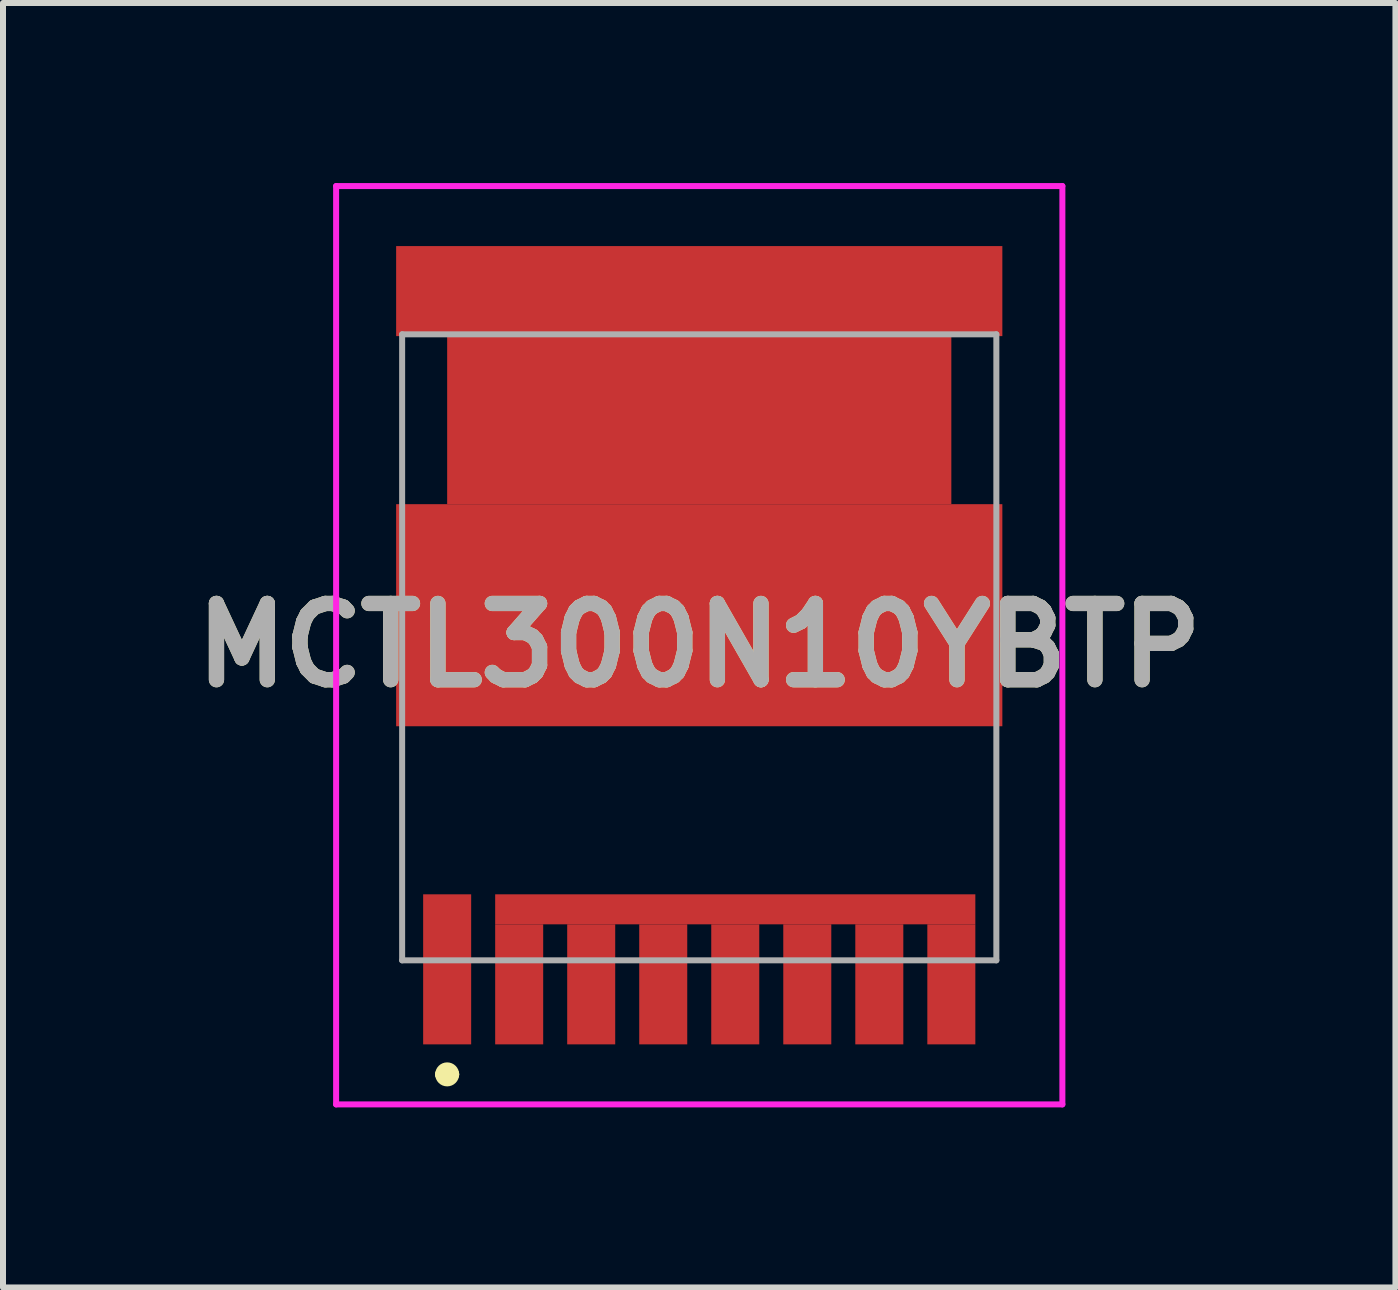
<source format=kicad_pcb>
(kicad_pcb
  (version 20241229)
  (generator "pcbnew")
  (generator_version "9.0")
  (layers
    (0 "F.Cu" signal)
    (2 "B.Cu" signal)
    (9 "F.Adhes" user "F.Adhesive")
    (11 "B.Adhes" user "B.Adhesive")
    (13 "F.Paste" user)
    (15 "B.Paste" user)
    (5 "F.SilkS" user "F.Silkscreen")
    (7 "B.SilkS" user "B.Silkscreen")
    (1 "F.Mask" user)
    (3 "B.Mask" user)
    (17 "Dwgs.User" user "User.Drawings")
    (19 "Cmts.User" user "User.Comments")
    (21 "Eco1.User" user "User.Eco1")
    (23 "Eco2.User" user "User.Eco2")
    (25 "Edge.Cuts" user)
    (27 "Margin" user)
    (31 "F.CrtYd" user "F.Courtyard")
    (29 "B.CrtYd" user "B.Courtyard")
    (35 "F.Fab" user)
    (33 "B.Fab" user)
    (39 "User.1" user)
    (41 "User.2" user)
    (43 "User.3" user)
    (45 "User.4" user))
  (footprint "MCTL300N10YBTP"
    (layer "F.Cu")
    (at 8.6 12.95)
    (property "Reference" "MCTL300N10YBTP" (at 0 -5.25 0) (layer "F.SilkS") (effects (font (size 1.27 1.27) (thickness 0.254))))
    (attr smd)
    (fp_line (start -4.3 1.9) (end -4.3 1.9) (stroke (width 0.2) (type solid)) (layer "F.SilkS"))
    (fp_line (start -4.1 1.9) (end -4.1 1.9) (stroke (width 0.2) (type solid)) (layer "F.SilkS"))
    (fp_arc (start -4.3 1.9) (mid -4.2 1.8) (end -4.1 1.9) (stroke (width 0.2) (type solid)) (layer "F.SilkS"))
    (fp_arc (start -4.1 1.9) (mid -4.2 2) (end -4.3 1.9) (stroke (width 0.2) (type solid)) (layer "F.SilkS"))
    (fp_line (start -6.05 -12.9) (end 6.05 -12.9) (stroke (width 0.1) (type solid)) (layer "F.CrtYd"))
    (fp_line (start -6.05 2.4) (end -6.05 -12.9) (stroke (width 0.1) (type solid)) (layer "F.CrtYd"))
    (fp_line (start 6.05 -12.9) (end 6.05 2.4) (stroke (width 0.1) (type solid)) (layer "F.CrtYd"))
    (fp_line (start 6.05 2.4) (end -6.05 2.4) (stroke (width 0.1) (type solid)) (layer "F.CrtYd"))
    (fp_line (start -4.95 -10.43) (end 4.95 -10.43) (stroke (width 0.1) (type solid)) (layer "F.Fab"))
    (fp_line (start -4.95 0) (end -4.95 -10.43) (stroke (width 0.1) (type solid)) (layer "F.Fab"))
    (fp_line (start 4.95 -10.43) (end 4.95 0) (stroke (width 0.1) (type solid)) (layer "F.Fab"))
    (fp_line (start 4.95 0) (end -4.95 0) (stroke (width 0.1) (type solid)) (layer "F.Fab"))
    (fp_text user "${REFERENCE}" (at 0 -5.25 0) (layer "F.Fab") (effects (font (size 1.27 1.27) (thickness 0.254))))
    (pad "1" smd rect (at -4.2 0.15) (size 0.8 2.5) (layers "F.Cu" "F.Mask" "F.Paste"))
    (pad "2" smd rect (at -3 0.4) (size 0.8 2) (layers "F.Cu" "F.Mask" "F.Paste"))
    (pad "2" smd rect (at -1.8 0.4) (size 0.8 2) (layers "F.Cu" "F.Mask" "F.Paste"))
    (pad "2" smd rect (at -0.6 0.4) (size 0.8 2) (layers "F.Cu" "F.Mask" "F.Paste"))
    (pad "2" smd rect (at 0.6 -0.85 90) (size 0.5 8) (layers "F.Cu" "F.Mask" "F.Paste"))
    (pad "2" smd rect (at 0.6 0.4) (size 0.8 2) (layers "F.Cu" "F.Mask" "F.Paste"))
    (pad "2" smd rect (at 1.8 0.4) (size 0.8 2) (layers "F.Cu" "F.Mask" "F.Paste"))
    (pad "2" smd rect (at 3 0.4) (size 0.8 2) (layers "F.Cu" "F.Mask" "F.Paste"))
    (pad "2" smd rect (at 4.2 0.4) (size 0.8 2) (layers "F.Cu" "F.Mask" "F.Paste"))
    (pad "3" smd rect (at 0 -11.15 90) (size 1.5 10.1) (layers "F.Cu" "F.Mask" "F.Paste"))
    (pad "3" smd rect (at 0 -9 90) (size 2.8 8.4) (layers "F.Cu" "F.Mask" "F.Paste"))
    (pad "3" smd rect (at 0 -5.75 90) (size 3.7 10.1) (layers "F.Cu" "F.Mask" "F.Paste")))
  (gr_rect
    (start -3 -3)
    (end 20.199 18.4)
    (stroke (width 0.1) (type default))
    (fill no)
    (layer "Edge.Cuts")))
</source>
